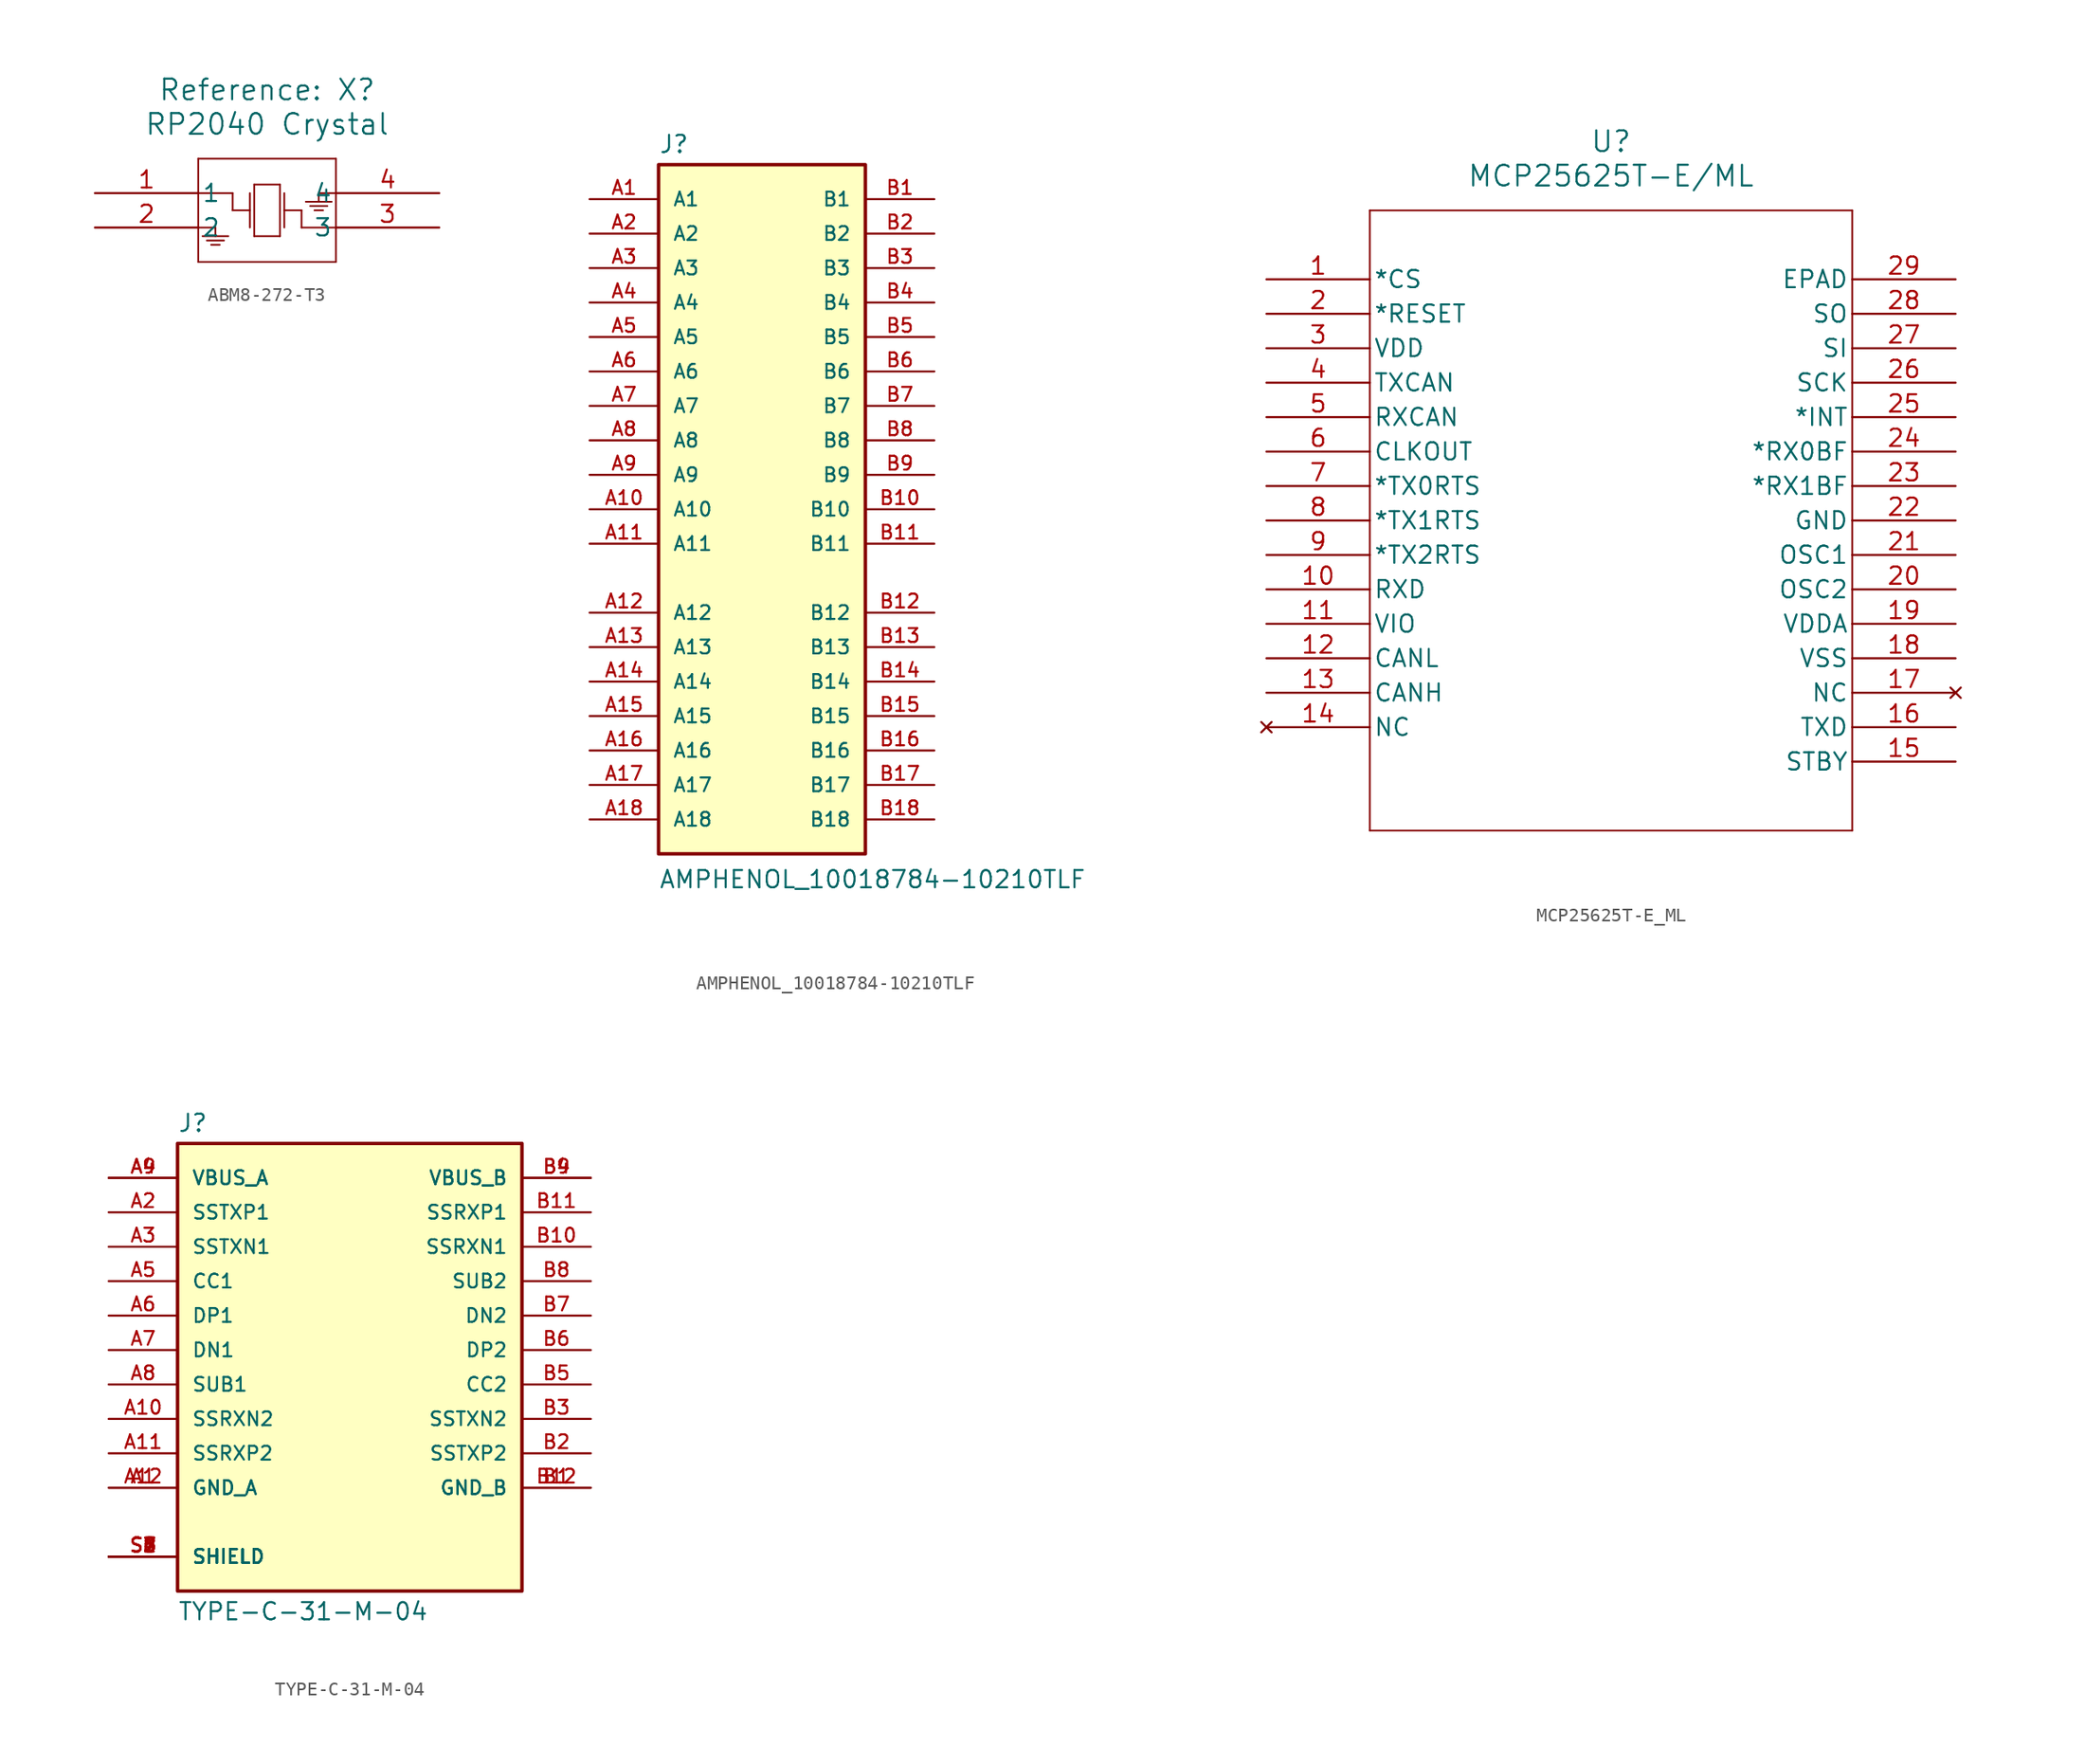
<source format=kicad_sym>
(kicad_symbol_lib
  (version 20241209)
  (generator "kicad_symbol_editor")
  (generator_version "9.0")
  (symbol "ABM8-272-T3"
    (pin_names
      (offset 0.254))
    (property "Reference" "X"
      (at 12.7 7.62 0)
      (show_name)
      (effects (font (size 1.524 1.524))))
    (property "Value" "RP2040 Crystal"
      (at 12.7 5.08 0)
      (effects (font (size 1.524 1.524))))
    (symbol "ABM8-272-T3_0_1"
      (polyline (pts (xy 7.62 2.54) (xy 7.62 -5.08)) (stroke (width 0.127) (type default)) (fill (type none)))
      (polyline (pts (xy 7.62 -2.54) (xy 8.89 -2.54)) (stroke (width 0.127) (type default)) (fill (type none)))
      (polyline (pts (xy 7.62 -5.08) (xy 17.78 -5.08)) (stroke (width 0.127) (type default)) (fill (type none)))
      (polyline (pts (xy 7.938 -3.175) (xy 9.842 -3.175)) (stroke (width 0.127) (type default)) (fill (type none)))
      (polyline (pts (xy 8.255 -3.493) (xy 9.525 -3.493)) (stroke (width 0.127) (type default)) (fill (type none)))
      (polyline (pts (xy 8.572 -3.81) (xy 9.207 -3.81)) (stroke (width 0.127) (type default)) (fill (type none)))
      (polyline (pts (xy 8.89 -2.54) (xy 8.89 -3.175)) (stroke (width 0.127) (type default)) (fill (type none)))
      (polyline (pts (xy 10.16 0) (xy 7.62 0)) (stroke (width 0.127) (type default)) (fill (type none)))
      (polyline (pts (xy 10.16 -1.27) (xy 10.16 0)) (stroke (width 0.127) (type default)) (fill (type none)))
      (polyline (pts (xy 11.43 0) (xy 11.43 -2.54)) (stroke (width 0.127) (type default)) (fill (type none)))
      (polyline (pts (xy 11.43 -1.27) (xy 10.16 -1.27)) (stroke (width 0.127) (type default)) (fill (type none)))
      (polyline (pts (xy 11.748 0.635) (xy 11.748 -3.175)) (stroke (width 0.127) (type default)) (fill (type none)))
      (polyline (pts (xy 11.748 -3.175) (xy 13.652 -3.175)) (stroke (width 0.127) (type default)) (fill (type none)))
      (polyline (pts (xy 13.652 0.635) (xy 11.748 0.635)) (stroke (width 0.127) (type default)) (fill (type none)))
      (polyline (pts (xy 13.652 -3.175) (xy 13.652 0.635)) (stroke (width 0.127) (type default)) (fill (type none)))
      (polyline (pts (xy 13.97 0) (xy 13.97 -2.54)) (stroke (width 0.127) (type default)) (fill (type none)))
      (polyline (pts (xy 13.97 -1.27) (xy 15.24 -1.27)) (stroke (width 0.127) (type default)) (fill (type none)))
      (polyline (pts (xy 15.24 -1.27) (xy 15.24 -2.54)) (stroke (width 0.127) (type default)) (fill (type none)))
      (polyline (pts (xy 15.24 -2.54) (xy 17.78 -2.54)) (stroke (width 0.127) (type default)) (fill (type none)))
      (polyline (pts (xy 16.51 0) (xy 16.51 -0.635)) (stroke (width 0.127) (type default)) (fill (type none)))
      (polyline (pts (xy 16.828 -1.27) (xy 16.192 -1.27)) (stroke (width 0.127) (type default)) (fill (type none)))
      (polyline (pts (xy 17.145 -0.953) (xy 15.875 -0.953)) (stroke (width 0.127) (type default)) (fill (type none)))
      (polyline (pts (xy 17.462 -0.635) (xy 15.557 -0.635)) (stroke (width 0.127) (type default)) (fill (type none)))
      (polyline (pts (xy 17.78 2.54) (xy 7.62 2.54)) (stroke (width 0.127) (type default)) (fill (type none)))
      (polyline (pts (xy 17.78 0) (xy 16.51 0)) (stroke (width 0.127) (type default)) (fill (type none)))
      (polyline (pts (xy 17.78 -5.08) (xy 17.78 2.54)) (stroke (width 0.127) (type default)) (fill (type none)))
      (pin unspecified line (at 0 0 0) (length 7.62) (name "1" (effects (font (size 1.27 1.27)))) (number "1" (effects (font (size 1.27 1.27)))))
      (pin unspecified line (at 0 -2.54 0) (length 7.62) (name "2" (effects (font (size 1.27 1.27)))) (number "2" (effects (font (size 1.27 1.27)))))
      (pin unspecified line (at 25.4 0 180) (length 7.62) (name "4" (effects (font (size 1.27 1.27)))) (number "4" (effects (font (size 1.27 1.27)))))
      (pin unspecified line (at 25.4 -2.54 180) (length 7.62) (name "3" (effects (font (size 1.27 1.27)))) (number "3" (effects (font (size 1.27 1.27)))))))
  (symbol "AMPHENOL_10018784-10210TLF"
    (pin_names
      (offset 1.016))
    (property "Reference" "J"
      (at -7.611 26.168 0)
      (effects (font (size 1.27 1.27)) (justify left bottom)))
    (property "Value" "AMPHENOL_10018784-10210TLF"
      (at -7.611 -28.025 0)
      (effects (font (size 1.27 1.27)) (justify left bottom)))
    (symbol "AMPHENOL_10018784-10210TLF_0_0"
      (rectangle (start -7.62 -25.4) (end 7.62 25.4) (stroke (width 0.254) (type default)) (fill (type background)))
      (pin passive line (at -12.7 22.86 0) (length 5.08) (name "A1" (effects (font (size 1.016 1.016)))) (number "A1" (effects (font (size 1.016 1.016)))))
      (pin passive line (at -12.7 20.32 0) (length 5.08) (name "A2" (effects (font (size 1.016 1.016)))) (number "A2" (effects (font (size 1.016 1.016)))))
      (pin passive line (at -12.7 17.78 0) (length 5.08) (name "A3" (effects (font (size 1.016 1.016)))) (number "A3" (effects (font (size 1.016 1.016)))))
      (pin passive line (at -12.7 15.24 0) (length 5.08) (name "A4" (effects (font (size 1.016 1.016)))) (number "A4" (effects (font (size 1.016 1.016)))))
      (pin passive line (at -12.7 12.7 0) (length 5.08) (name "A5" (effects (font (size 1.016 1.016)))) (number "A5" (effects (font (size 1.016 1.016)))))
      (pin passive line (at -12.7 10.16 0) (length 5.08) (name "A6" (effects (font (size 1.016 1.016)))) (number "A6" (effects (font (size 1.016 1.016)))))
      (pin passive line (at -12.7 7.62 0) (length 5.08) (name "A7" (effects (font (size 1.016 1.016)))) (number "A7" (effects (font (size 1.016 1.016)))))
      (pin passive line (at -12.7 5.08 0) (length 5.08) (name "A8" (effects (font (size 1.016 1.016)))) (number "A8" (effects (font (size 1.016 1.016)))))
      (pin passive line (at -12.7 2.54 0) (length 5.08) (name "A9" (effects (font (size 1.016 1.016)))) (number "A9" (effects (font (size 1.016 1.016)))))
      (pin passive line (at -12.7 0 0) (length 5.08) (name "A10" (effects (font (size 1.016 1.016)))) (number "A10" (effects (font (size 1.016 1.016)))))
      (pin passive line (at -12.7 -2.54 0) (length 5.08) (name "A11" (effects (font (size 1.016 1.016)))) (number "A11" (effects (font (size 1.016 1.016)))))
      (pin passive line (at -12.7 -7.62 0) (length 5.08) (name "A12" (effects (font (size 1.016 1.016)))) (number "A12" (effects (font (size 1.016 1.016)))))
      (pin passive line (at -12.7 -10.16 0) (length 5.08) (name "A13" (effects (font (size 1.016 1.016)))) (number "A13" (effects (font (size 1.016 1.016)))))
      (pin passive line (at -12.7 -12.7 0) (length 5.08) (name "A14" (effects (font (size 1.016 1.016)))) (number "A14" (effects (font (size 1.016 1.016)))))
      (pin passive line (at -12.7 -15.24 0) (length 5.08) (name "A15" (effects (font (size 1.016 1.016)))) (number "A15" (effects (font (size 1.016 1.016)))))
      (pin passive line (at -12.7 -17.78 0) (length 5.08) (name "A16" (effects (font (size 1.016 1.016)))) (number "A16" (effects (font (size 1.016 1.016)))))
      (pin passive line (at -12.7 -20.32 0) (length 5.08) (name "A17" (effects (font (size 1.016 1.016)))) (number "A17" (effects (font (size 1.016 1.016)))))
      (pin passive line (at -12.7 -22.86 0) (length 5.08) (name "A18" (effects (font (size 1.016 1.016)))) (number "A18" (effects (font (size 1.016 1.016)))))
      (pin passive line (at 12.7 22.86 180) (length 5.08) (name "B1" (effects (font (size 1.016 1.016)))) (number "B1" (effects (font (size 1.016 1.016)))))
      (pin passive line (at 12.7 20.32 180) (length 5.08) (name "B2" (effects (font (size 1.016 1.016)))) (number "B2" (effects (font (size 1.016 1.016)))))
      (pin passive line (at 12.7 17.78 180) (length 5.08) (name "B3" (effects (font (size 1.016 1.016)))) (number "B3" (effects (font (size 1.016 1.016)))))
      (pin passive line (at 12.7 15.24 180) (length 5.08) (name "B4" (effects (font (size 1.016 1.016)))) (number "B4" (effects (font (size 1.016 1.016)))))
      (pin passive line (at 12.7 12.7 180) (length 5.08) (name "B5" (effects (font (size 1.016 1.016)))) (number "B5" (effects (font (size 1.016 1.016)))))
      (pin passive line (at 12.7 10.16 180) (length 5.08) (name "B6" (effects (font (size 1.016 1.016)))) (number "B6" (effects (font (size 1.016 1.016)))))
      (pin passive line (at 12.7 7.62 180) (length 5.08) (name "B7" (effects (font (size 1.016 1.016)))) (number "B7" (effects (font (size 1.016 1.016)))))
      (pin passive line (at 12.7 5.08 180) (length 5.08) (name "B8" (effects (font (size 1.016 1.016)))) (number "B8" (effects (font (size 1.016 1.016)))))
      (pin passive line (at 12.7 2.54 180) (length 5.08) (name "B9" (effects (font (size 1.016 1.016)))) (number "B9" (effects (font (size 1.016 1.016)))))
      (pin passive line (at 12.7 0 180) (length 5.08) (name "B10" (effects (font (size 1.016 1.016)))) (number "B10" (effects (font (size 1.016 1.016)))))
      (pin passive line (at 12.7 -2.54 180) (length 5.08) (name "B11" (effects (font (size 1.016 1.016)))) (number "B11" (effects (font (size 1.016 1.016)))))
      (pin passive line (at 12.7 -7.62 180) (length 5.08) (name "B12" (effects (font (size 1.016 1.016)))) (number "B12" (effects (font (size 1.016 1.016)))))
      (pin passive line (at 12.7 -10.16 180) (length 5.08) (name "B13" (effects (font (size 1.016 1.016)))) (number "B13" (effects (font (size 1.016 1.016)))))
      (pin passive line (at 12.7 -12.7 180) (length 5.08) (name "B14" (effects (font (size 1.016 1.016)))) (number "B14" (effects (font (size 1.016 1.016)))))
      (pin passive line (at 12.7 -15.24 180) (length 5.08) (name "B15" (effects (font (size 1.016 1.016)))) (number "B15" (effects (font (size 1.016 1.016)))))
      (pin passive line (at 12.7 -17.78 180) (length 5.08) (name "B16" (effects (font (size 1.016 1.016)))) (number "B16" (effects (font (size 1.016 1.016)))))
      (pin passive line (at 12.7 -20.32 180) (length 5.08) (name "B17" (effects (font (size 1.016 1.016)))) (number "B17" (effects (font (size 1.016 1.016)))))
      (pin passive line (at 12.7 -22.86 180) (length 5.08) (name "B18" (effects (font (size 1.016 1.016)))) (number "B18" (effects (font (size 1.016 1.016)))))))
  (symbol "MCP25625T-E_ML"
    (pin_names
      (offset 0.254))
    (property "Reference" "U"
      (at 25.4 10.16 0)
      (effects (font (size 1.524 1.524))))
    (property "Value" "MCP25625T-E/ML"
      (at 25.4 7.62 0)
      (effects (font (size 1.524 1.524))))
    (symbol "MCP25625T-E_ML_0_1"
      (polyline (pts (xy 7.62 5.08) (xy 7.62 -40.64)) (stroke (width 0.127) (type default)) (fill (type none)))
      (polyline (pts (xy 7.62 -40.64) (xy 43.18 -40.64)) (stroke (width 0.127) (type default)) (fill (type none)))
      (polyline (pts (xy 43.18 5.08) (xy 7.62 5.08)) (stroke (width 0.127) (type default)) (fill (type none)))
      (polyline (pts (xy 43.18 -40.64) (xy 43.18 5.08)) (stroke (width 0.127) (type default)) (fill (type none)))
      (pin input line (at 0 0 0) (length 7.62) (name "*CS" (effects (font (size 1.27 1.27)))) (number "1" (effects (font (size 1.27 1.27)))))
      (pin input line (at 0 -2.54 0) (length 7.62) (name "*RESET" (effects (font (size 1.27 1.27)))) (number "2" (effects (font (size 1.27 1.27)))))
      (pin power_in line (at 0 -5.08 0) (length 7.62) (name "VDD" (effects (font (size 1.27 1.27)))) (number "3" (effects (font (size 1.27 1.27)))))
      (pin output line (at 0 -7.62 0) (length 7.62) (name "TXCAN" (effects (font (size 1.27 1.27)))) (number "4" (effects (font (size 1.27 1.27)))))
      (pin input line (at 0 -10.16 0) (length 7.62) (name "RXCAN" (effects (font (size 1.27 1.27)))) (number "5" (effects (font (size 1.27 1.27)))))
      (pin output line (at 0 -12.7 0) (length 7.62) (name "CLKOUT" (effects (font (size 1.27 1.27)))) (number "6" (effects (font (size 1.27 1.27)))))
      (pin input line (at 0 -15.24 0) (length 7.62) (name "*TX0RTS" (effects (font (size 1.27 1.27)))) (number "7" (effects (font (size 1.27 1.27)))))
      (pin input line (at 0 -17.78 0) (length 7.62) (name "*TX1RTS" (effects (font (size 1.27 1.27)))) (number "8" (effects (font (size 1.27 1.27)))))
      (pin input line (at 0 -20.32 0) (length 7.62) (name "*TX2RTS" (effects (font (size 1.27 1.27)))) (number "9" (effects (font (size 1.27 1.27)))))
      (pin output line (at 0 -22.86 0) (length 7.62) (name "RXD" (effects (font (size 1.27 1.27)))) (number "10" (effects (font (size 1.27 1.27)))))
      (pin power_in line (at 0 -25.4 0) (length 7.62) (name "VIO" (effects (font (size 1.27 1.27)))) (number "11" (effects (font (size 1.27 1.27)))))
      (pin bidirectional line (at 0 -27.94 0) (length 7.62) (name "CANL" (effects (font (size 1.27 1.27)))) (number "12" (effects (font (size 1.27 1.27)))))
      (pin bidirectional line (at 0 -30.48 0) (length 7.62) (name "CANH" (effects (font (size 1.27 1.27)))) (number "13" (effects (font (size 1.27 1.27)))))
      (pin no_connect line (at 0 -33.02 0) (length 7.62) (name "NC" (effects (font (size 1.27 1.27)))) (number "14" (effects (font (size 1.27 1.27)))))
      (pin unspecified line (at 50.8 0 180) (length 7.62) (name "EPAD" (effects (font (size 1.27 1.27)))) (number "29" (effects (font (size 1.27 1.27)))))
      (pin output line (at 50.8 -2.54 180) (length 7.62) (name "SO" (effects (font (size 1.27 1.27)))) (number "28" (effects (font (size 1.27 1.27)))))
      (pin input line (at 50.8 -5.08 180) (length 7.62) (name "SI" (effects (font (size 1.27 1.27)))) (number "27" (effects (font (size 1.27 1.27)))))
      (pin input line (at 50.8 -7.62 180) (length 7.62) (name "SCK" (effects (font (size 1.27 1.27)))) (number "26" (effects (font (size 1.27 1.27)))))
      (pin output line (at 50.8 -10.16 180) (length 7.62) (name "*INT" (effects (font (size 1.27 1.27)))) (number "25" (effects (font (size 1.27 1.27)))))
      (pin output line (at 50.8 -12.7 180) (length 7.62) (name "*RX0BF" (effects (font (size 1.27 1.27)))) (number "24" (effects (font (size 1.27 1.27)))))
      (pin output line (at 50.8 -15.24 180) (length 7.62) (name "*RX1BF" (effects (font (size 1.27 1.27)))) (number "23" (effects (font (size 1.27 1.27)))))
      (pin power_in line (at 50.8 -17.78 180) (length 7.62) (name "GND" (effects (font (size 1.27 1.27)))) (number "22" (effects (font (size 1.27 1.27)))))
      (pin input line (at 50.8 -20.32 180) (length 7.62) (name "OSC1" (effects (font (size 1.27 1.27)))) (number "21" (effects (font (size 1.27 1.27)))))
      (pin output line (at 50.8 -22.86 180) (length 7.62) (name "OSC2" (effects (font (size 1.27 1.27)))) (number "20" (effects (font (size 1.27 1.27)))))
      (pin power_in line (at 50.8 -25.4 180) (length 7.62) (name "VDDA" (effects (font (size 1.27 1.27)))) (number "19" (effects (font (size 1.27 1.27)))))
      (pin power_in line (at 50.8 -27.94 180) (length 7.62) (name "VSS" (effects (font (size 1.27 1.27)))) (number "18" (effects (font (size 1.27 1.27)))))
      (pin no_connect line (at 50.8 -30.48 180) (length 7.62) (name "NC" (effects (font (size 1.27 1.27)))) (number "17" (effects (font (size 1.27 1.27)))))
      (pin input line (at 50.8 -33.02 180) (length 7.62) (name "TXD" (effects (font (size 1.27 1.27)))) (number "16" (effects (font (size 1.27 1.27)))))
      (pin input line (at 50.8 -35.56 180) (length 7.62) (name "STBY" (effects (font (size 1.27 1.27)))) (number "15" (effects (font (size 1.27 1.27)))))))
  (symbol "TYPE-C-31-M-04"
    (pin_names
      (offset 1.016))
    (property "Reference" "J"
      (at -12.7 16.002 0)
      (effects (font (size 1.27 1.27)) (justify left bottom)))
    (property "Value" "TYPE-C-31-M-04"
      (at -12.7 -18.542 0)
      (effects (font (size 1.27 1.27)) (justify left top)))
    (symbol "TYPE-C-31-M-04_0_0"
      (rectangle (start -12.7 -17.78) (end 12.7 15.24) (stroke (width 0.254) (type default)) (fill (type background)))
      (pin power_in line (at -17.78 12.7 0) (length 5.08) (name "VBUS_A" (effects (font (size 1.016 1.016)))) (number "A4" (effects (font (size 1.016 1.016)))))
      (pin power_in line (at -17.78 12.7 0) (length 5.08) (name "VBUS_A" (effects (font (size 1.016 1.016)))) (number "A9" (effects (font (size 1.016 1.016)))))
      (pin bidirectional line (at -17.78 10.16 0) (length 5.08) (name "SSTXP1" (effects (font (size 1.016 1.016)))) (number "A2" (effects (font (size 1.016 1.016)))))
      (pin bidirectional line (at -17.78 7.62 0) (length 5.08) (name "SSTXN1" (effects (font (size 1.016 1.016)))) (number "A3" (effects (font (size 1.016 1.016)))))
      (pin bidirectional line (at -17.78 5.08 0) (length 5.08) (name "CC1" (effects (font (size 1.016 1.016)))) (number "A5" (effects (font (size 1.016 1.016)))))
      (pin bidirectional line (at -17.78 2.54 0) (length 5.08) (name "DP1" (effects (font (size 1.016 1.016)))) (number "A6" (effects (font (size 1.016 1.016)))))
      (pin bidirectional line (at -17.78 0 0) (length 5.08) (name "DN1" (effects (font (size 1.016 1.016)))) (number "A7" (effects (font (size 1.016 1.016)))))
      (pin bidirectional line (at -17.78 -2.54 0) (length 5.08) (name "SUB1" (effects (font (size 1.016 1.016)))) (number "A8" (effects (font (size 1.016 1.016)))))
      (pin bidirectional line (at -17.78 -5.08 0) (length 5.08) (name "SSRXN2" (effects (font (size 1.016 1.016)))) (number "A10" (effects (font (size 1.016 1.016)))))
      (pin bidirectional line (at -17.78 -7.62 0) (length 5.08) (name "SSRXP2" (effects (font (size 1.016 1.016)))) (number "A11" (effects (font (size 1.016 1.016)))))
      (pin power_in line (at -17.78 -10.16 0) (length 5.08) (name "GND_A" (effects (font (size 1.016 1.016)))) (number "A1" (effects (font (size 1.016 1.016)))))
      (pin power_in line (at -17.78 -10.16 0) (length 5.08) (name "GND_A" (effects (font (size 1.016 1.016)))) (number "A12" (effects (font (size 1.016 1.016)))))
      (pin passive line (at -17.78 -15.24 0) (length 5.08) (name "SHIELD" (effects (font (size 1.016 1.016)))) (number "S1" (effects (font (size 1.016 1.016)))))
      (pin passive line (at -17.78 -15.24 0) (length 5.08) (name "SHIELD" (effects (font (size 1.016 1.016)))) (number "S2" (effects (font (size 1.016 1.016)))))
      (pin passive line (at -17.78 -15.24 0) (length 5.08) (name "SHIELD" (effects (font (size 1.016 1.016)))) (number "S3" (effects (font (size 1.016 1.016)))))
      (pin passive line (at -17.78 -15.24 0) (length 5.08) (name "SHIELD" (effects (font (size 1.016 1.016)))) (number "S4" (effects (font (size 1.016 1.016)))))
      (pin passive line (at -17.78 -15.24 0) (length 5.08) (name "SHIELD" (effects (font (size 1.016 1.016)))) (number "S5" (effects (font (size 1.016 1.016)))))
      (pin passive line (at -17.78 -15.24 0) (length 5.08) (name "SHIELD" (effects (font (size 1.016 1.016)))) (number "S6" (effects (font (size 1.016 1.016)))))
      (pin passive line (at -17.78 -15.24 0) (length 5.08) (name "SHIELD" (effects (font (size 1.016 1.016)))) (number "S7" (effects (font (size 1.016 1.016)))))
      (pin passive line (at -17.78 -15.24 0) (length 5.08) (name "SHIELD" (effects (font (size 1.016 1.016)))) (number "S8" (effects (font (size 1.016 1.016)))))
      (pin power_in line (at 17.78 12.7 180) (length 5.08) (name "VBUS_B" (effects (font (size 1.016 1.016)))) (number "B4" (effects (font (size 1.016 1.016)))))
      (pin power_in line (at 17.78 12.7 180) (length 5.08) (name "VBUS_B" (effects (font (size 1.016 1.016)))) (number "B9" (effects (font (size 1.016 1.016)))))
      (pin bidirectional line (at 17.78 10.16 180) (length 5.08) (name "SSRXP1" (effects (font (size 1.016 1.016)))) (number "B11" (effects (font (size 1.016 1.016)))))
      (pin bidirectional line (at 17.78 7.62 180) (length 5.08) (name "SSRXN1" (effects (font (size 1.016 1.016)))) (number "B10" (effects (font (size 1.016 1.016)))))
      (pin bidirectional line (at 17.78 5.08 180) (length 5.08) (name "SUB2" (effects (font (size 1.016 1.016)))) (number "B8" (effects (font (size 1.016 1.016)))))
      (pin bidirectional line (at 17.78 2.54 180) (length 5.08) (name "DN2" (effects (font (size 1.016 1.016)))) (number "B7" (effects (font (size 1.016 1.016)))))
      (pin bidirectional line (at 17.78 0 180) (length 5.08) (name "DP2" (effects (font (size 1.016 1.016)))) (number "B6" (effects (font (size 1.016 1.016)))))
      (pin bidirectional line (at 17.78 -2.54 180) (length 5.08) (name "CC2" (effects (font (size 1.016 1.016)))) (number "B5" (effects (font (size 1.016 1.016)))))
      (pin bidirectional line (at 17.78 -5.08 180) (length 5.08) (name "SSTXN2" (effects (font (size 1.016 1.016)))) (number "B3" (effects (font (size 1.016 1.016)))))
      (pin bidirectional line (at 17.78 -7.62 180) (length 5.08) (name "SSTXP2" (effects (font (size 1.016 1.016)))) (number "B2" (effects (font (size 1.016 1.016)))))
      (pin power_in line (at 17.78 -10.16 180) (length 5.08) (name "GND_B" (effects (font (size 1.016 1.016)))) (number "B1" (effects (font (size 1.016 1.016)))))
      (pin power_in line (at 17.78 -10.16 180) (length 5.08) (name "GND_B" (effects (font (size 1.016 1.016)))) (number "B12" (effects (font (size 1.016 1.016))))))))
</source>
